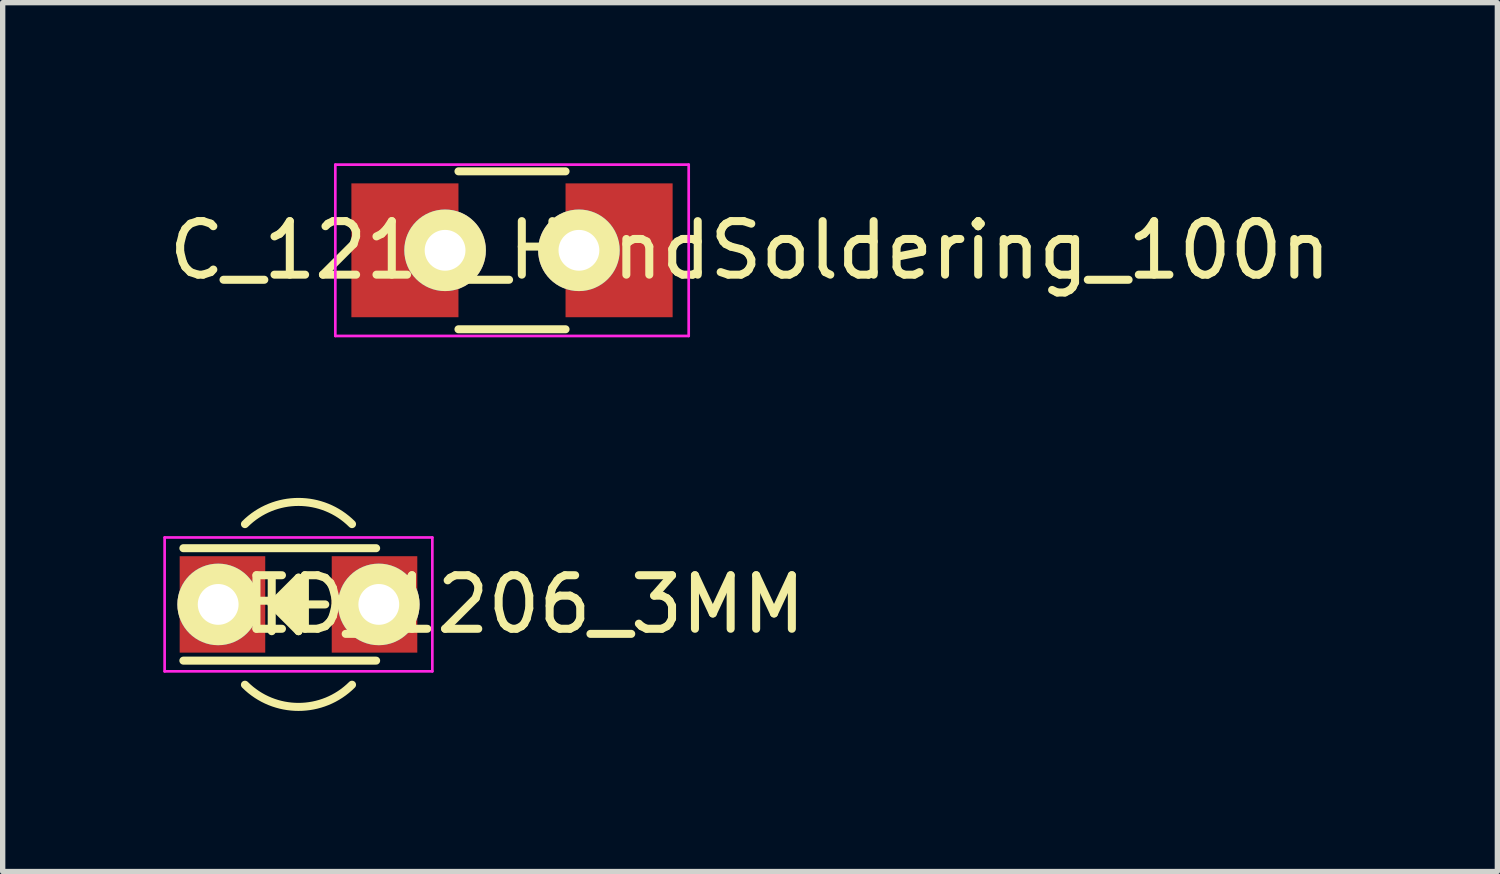
<source format=kicad_pcb>
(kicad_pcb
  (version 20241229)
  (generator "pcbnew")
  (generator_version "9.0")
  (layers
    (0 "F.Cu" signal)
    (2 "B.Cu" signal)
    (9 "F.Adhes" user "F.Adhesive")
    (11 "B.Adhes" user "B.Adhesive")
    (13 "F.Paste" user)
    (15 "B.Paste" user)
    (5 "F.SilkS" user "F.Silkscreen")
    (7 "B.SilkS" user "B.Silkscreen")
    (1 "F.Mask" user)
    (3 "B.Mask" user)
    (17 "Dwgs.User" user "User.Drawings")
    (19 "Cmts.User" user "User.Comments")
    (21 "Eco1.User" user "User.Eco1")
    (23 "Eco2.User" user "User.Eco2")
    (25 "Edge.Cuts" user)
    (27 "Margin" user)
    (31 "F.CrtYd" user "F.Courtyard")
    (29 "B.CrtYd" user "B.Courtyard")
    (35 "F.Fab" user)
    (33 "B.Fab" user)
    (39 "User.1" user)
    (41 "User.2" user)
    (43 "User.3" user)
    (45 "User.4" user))
  (footprint "LED_1206_3MM"
    (layer "F.Cu")
    (at 2.525 8.239)
    (property "Reference" "LED_1206_3MM" (at 3.81 0 0) (layer "F.SilkS") (effects (font (size 1 1) (thickness 0.15))))
    (attr smd)
    (fp_line (start -2.15 -1.05) (end 1.45 -1.05) (stroke (width 0.15) (type solid)) (layer "F.SilkS"))
    (fp_line (start -2.15 1.05) (end 1.45 1.05) (stroke (width 0.15) (type solid)) (layer "F.SilkS"))
    (fp_line (start -0.5 -0.5) (end -0.5 0.5) (stroke (width 0.15) (type solid)) (layer "F.SilkS"))
    (fp_line (start -0.5 0) (end 0 -0.5) (stroke (width 0.15) (type solid)) (layer "F.SilkS"))
    (fp_line (start -0.4 0) (end -0.2 -0.2) (stroke (width 0.15) (type solid)) (layer "F.SilkS"))
    (fp_line (start -0.2 -0.2) (end -0.2 0.05) (stroke (width 0.15) (type solid)) (layer "F.SilkS"))
    (fp_line (start -0.2 0.05) (end -0.25 0) (stroke (width 0.15) (type solid)) (layer "F.SilkS"))
    (fp_line (start -0.1 -0.3) (end -0.1 0.3) (stroke (width 0.15) (type solid)) (layer "F.SilkS"))
    (fp_line (start -0.1 0.3) (end -0.4 0) (stroke (width 0.15) (type solid)) (layer "F.SilkS"))
    (fp_line (start 0 -0.5) (end 0 0.5) (stroke (width 0.15) (type solid)) (layer "F.SilkS"))
    (fp_line (start 0 0) (end 0.5 0) (stroke (width 0.15) (type solid)) (layer "F.SilkS"))
    (fp_line (start 0 0.5) (end -0.5 0) (stroke (width 0.15) (type solid)) (layer "F.SilkS"))
    (fp_arc (start -1 -1.5) (mid 0 -1.914214) (end 1 -1.5) (stroke (width 0.15) (type solid)) (layer "F.SilkS"))
    (fp_arc (start 1 1.5) (mid 0 1.914214) (end -1 1.5) (stroke (width 0.15) (type solid)) (layer "F.SilkS"))
    (fp_line (start -2.5 -1.25) (end -2.5 1.25) (stroke (width 0.05) (type solid)) (layer "F.CrtYd"))
    (fp_line (start -2.5 1.25) (end 2.5 1.25) (stroke (width 0.05) (type solid)) (layer "F.CrtYd"))
    (fp_line (start 2.5 -1.25) (end -2.5 -1.25) (stroke (width 0.05) (type solid)) (layer "F.CrtYd"))
    (fp_line (start 2.5 1.25) (end 2.5 -1.25) (stroke (width 0.05) (type solid)) (layer "F.CrtYd"))
    (pad "1" thru_hole circle (at -1.5 0) (size 1.524 1.524) (drill 0.762) (layers "*.Cu" "*.Mask" "F.SilkS"))
    (pad "1" smd rect (at -1.42 0 180) (size 1.598 1.801) (layers "F.Cu" "F.Mask" "F.Paste"))
    (pad "2" smd rect (at 1.42 0 180) (size 1.598 1.801) (layers "F.Cu" "F.Mask" "F.Paste"))
    (pad "2" thru_hole circle (at 1.5 0) (size 1.524 1.524) (drill 0.762) (layers "*.Cu" "*.Mask" "F.SilkS")))
  (footprint "C_1210_HandSoldering_100n"
    (layer "F.Cu")
    (at 6.513 1.625)
    (property "Reference" "C_1210_HandSoldering_100n" (at 4.445 0 0) (layer "F.SilkS") (effects (font (size 1 1) (thickness 0.15))))
    (attr smd)
    (fp_line (start -1 1.475) (end 1 1.475) (stroke (width 0.15) (type solid)) (layer "F.SilkS"))
    (fp_line (start 1 -1.475) (end -1 -1.475) (stroke (width 0.15) (type solid)) (layer "F.SilkS"))
    (fp_line (start -3.3 -1.6) (end -3.3 1.6) (stroke (width 0.05) (type solid)) (layer "F.CrtYd"))
    (fp_line (start -3.3 -1.6) (end 3.3 -1.6) (stroke (width 0.05) (type solid)) (layer "F.CrtYd"))
    (fp_line (start -3.3 1.6) (end 3.3 1.6) (stroke (width 0.05) (type solid)) (layer "F.CrtYd"))
    (fp_line (start 3.3 -1.6) (end 3.3 1.6) (stroke (width 0.05) (type solid)) (layer "F.CrtYd"))
    (pad "1" smd rect (at -2 0) (size 2 2.5) (layers "F.Cu" "F.Mask" "F.Paste"))
    (pad "1" thru_hole circle (at -1.25 0) (size 1.524 1.524) (drill 0.762) (layers "*.Cu" "*.Mask" "F.SilkS"))
    (pad "2" thru_hole circle (at 1.25 0) (size 1.524 1.524) (drill 0.762) (layers "*.Cu" "*.Mask" "F.SilkS"))
    (pad "2" smd rect (at 2 0) (size 2 2.5) (layers "F.Cu" "F.Mask" "F.Paste")))
  (gr_rect
    (start -3 -3)
    (end 24.917 13.228)
    (stroke (width 0.1) (type default))
    (fill no)
    (layer "Edge.Cuts")))
</source>
